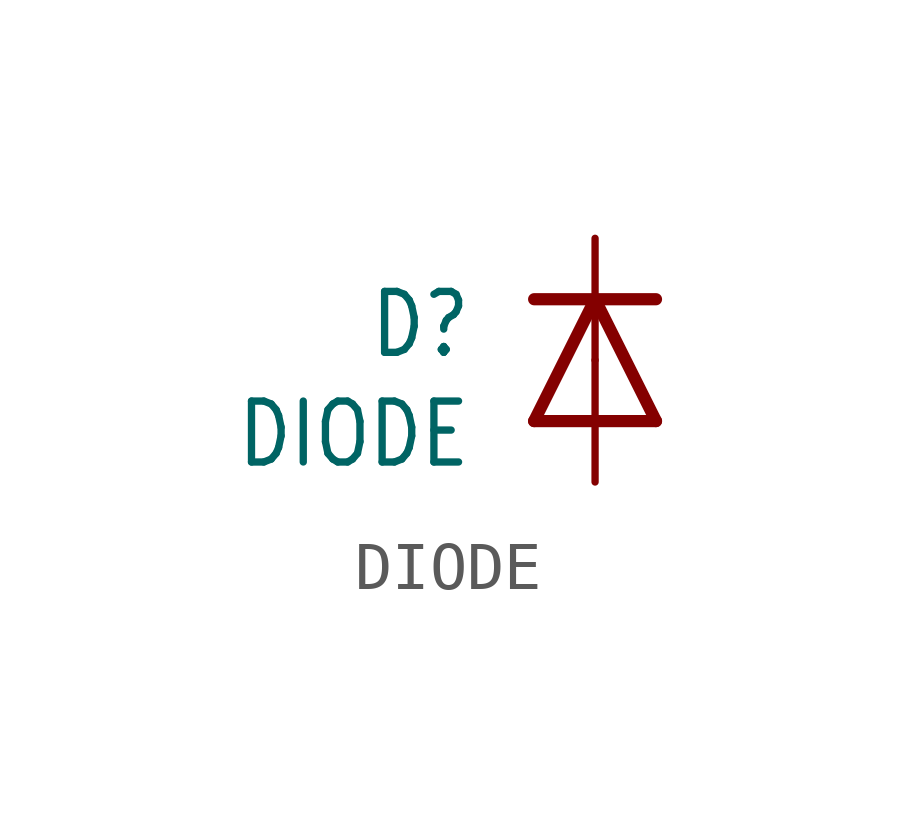
<source format=kicad_sym>
(kicad_symbol_lib
  (version 20201005)
  (generator kicad_symbol_editor)
  (symbol "DIODE"
    (property "Reference" "D"
      (at -2.54 0 0)
      (effects (font (size 1.27 1.079)) (justify right bottom)))
    (property "Value" "DIODE"
      (at -2.54 -2.286 0)
      (effects (font (size 1.27 1.079)) (justify right bottom)))
    (property "ki_locked" ""
      (at 0 0 0)
      (effects (font (size 1.27 1.27))))
    (symbol "DIODE_1_0"
      (polyline (pts (xy -1.27 -1.27) (xy 1.27 -1.27)) (stroke (width 0.254)) (fill (type none)))
      (polyline (pts (xy -1.27 1.27) (xy 0 1.27)) (stroke (width 0.254)) (fill (type none)))
      (polyline (pts (xy 0 1.27) (xy -1.27 -1.27)) (stroke (width 0.254)) (fill (type none)))
      (polyline (pts (xy 0 1.27) (xy 1.27 1.27)) (stroke (width 0.254)) (fill (type none)))
      (polyline (pts (xy 1.27 -1.27) (xy 0 1.27)) (stroke (width 0.254)) (fill (type none)))
      (pin passive line (at 0 -2.54 90) (length 2.54) (name "A" (effects (font (size 0 0)))) (number "1" (effects (font (size 0 0)))))
      (pin passive line (at 0 2.54 270) (length 2.54) (name "C" (effects (font (size 0 0)))) (number "2" (effects (font (size 0 0))))))))
</source>
